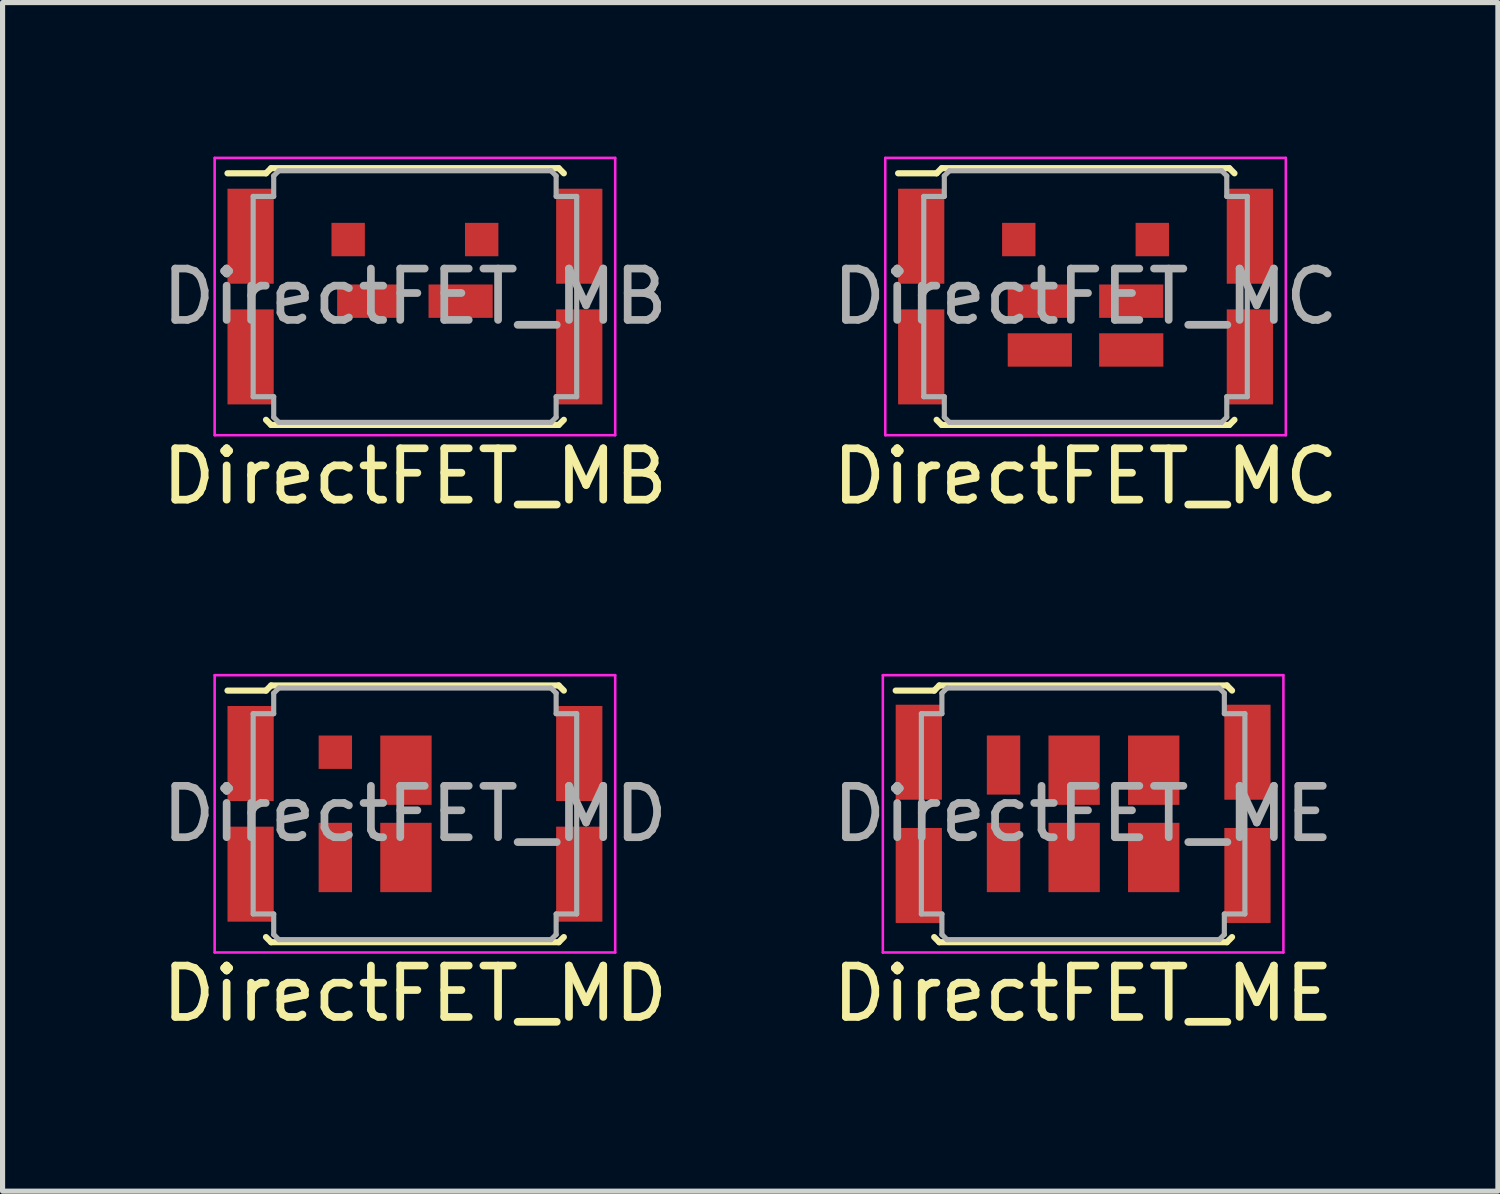
<source format=kicad_pcb>
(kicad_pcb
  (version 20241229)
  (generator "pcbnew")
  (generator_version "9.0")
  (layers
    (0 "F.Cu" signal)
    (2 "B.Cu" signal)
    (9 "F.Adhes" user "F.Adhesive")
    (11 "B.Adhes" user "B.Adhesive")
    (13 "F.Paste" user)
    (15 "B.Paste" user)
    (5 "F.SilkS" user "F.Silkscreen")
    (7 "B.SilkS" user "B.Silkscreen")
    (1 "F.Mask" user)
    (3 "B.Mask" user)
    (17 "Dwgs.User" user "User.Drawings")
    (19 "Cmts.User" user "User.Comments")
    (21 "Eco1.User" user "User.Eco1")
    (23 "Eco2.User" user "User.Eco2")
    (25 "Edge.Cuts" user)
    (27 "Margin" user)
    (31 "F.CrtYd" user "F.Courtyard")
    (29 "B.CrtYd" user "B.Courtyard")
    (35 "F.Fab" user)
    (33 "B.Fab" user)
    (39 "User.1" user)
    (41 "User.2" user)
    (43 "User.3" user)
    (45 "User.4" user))
  (footprint "DirectFET_MC"
    (layer "F.Cu")
    (at 18.089 2.725)
    (property "Reference" "DirectFET_MC" (at 0 3.5 0) (layer "F.SilkS") (effects (font (size 1 1) (thickness 0.15))))
    (attr smd)
    (fp_line (start -3.65 -2.4) (end -2.9 -2.4) (stroke (width 0.12) (type solid)) (layer "F.SilkS"))
    (fp_line (start -2.9 -2.4) (end -2.8 -2.5) (stroke (width 0.12) (type solid)) (layer "F.SilkS"))
    (fp_line (start -2.8 -2.5) (end 2.8 -2.5) (stroke (width 0.12) (type solid)) (layer "F.SilkS"))
    (fp_line (start -2.8 2.5) (end -2.9 2.4) (stroke (width 0.12) (type solid)) (layer "F.SilkS"))
    (fp_line (start 2.8 -2.5) (end 2.9 -2.4) (stroke (width 0.12) (type solid)) (layer "F.SilkS"))
    (fp_line (start 2.8 2.5) (end -2.8 2.5) (stroke (width 0.12) (type solid)) (layer "F.SilkS"))
    (fp_line (start 2.9 2.4) (end 2.8 2.5) (stroke (width 0.12) (type solid)) (layer "F.SilkS"))
    (fp_line (start -3.9 -2.7) (end -3.9 2.7) (stroke (width 0.05) (type solid)) (layer "F.CrtYd"))
    (fp_line (start -3.9 2.7) (end 3.9 2.7) (stroke (width 0.05) (type solid)) (layer "F.CrtYd"))
    (fp_line (start 3.9 -2.7) (end -3.9 -2.7) (stroke (width 0.05) (type solid)) (layer "F.CrtYd"))
    (fp_line (start 3.9 2.7) (end 3.9 -2.7) (stroke (width 0.05) (type solid)) (layer "F.CrtYd"))
    (fp_line (start -3.15 -1.95) (end -2.75 -1.95) (stroke (width 0.1) (type solid)) (layer "F.Fab"))
    (fp_line (start -3.15 1.95) (end -3.15 -1.95) (stroke (width 0.1) (type solid)) (layer "F.Fab"))
    (fp_line (start -3.15 1.95) (end -2.75 1.95) (stroke (width 0.1) (type solid)) (layer "F.Fab"))
    (fp_line (start -2.75 -2.35) (end -2.65 -2.45) (stroke (width 0.1) (type solid)) (layer "F.Fab"))
    (fp_line (start -2.75 -1.95) (end -2.75 -2.35) (stroke (width 0.1) (type solid)) (layer "F.Fab"))
    (fp_line (start -2.75 1.95) (end -2.75 2.35) (stroke (width 0.1) (type solid)) (layer "F.Fab"))
    (fp_line (start -2.75 2.35) (end -2.65 2.45) (stroke (width 0.1) (type solid)) (layer "F.Fab"))
    (fp_line (start -2.65 2.45) (end 2.65 2.45) (stroke (width 0.1) (type solid)) (layer "F.Fab"))
    (fp_line (start 2.65 -2.45) (end -2.65 -2.45) (stroke (width 0.1) (type solid)) (layer "F.Fab"))
    (fp_line (start 2.65 -2.45) (end 2.75 -2.35) (stroke (width 0.1) (type solid)) (layer "F.Fab"))
    (fp_line (start 2.75 -2.35) (end 2.75 -1.95) (stroke (width 0.1) (type solid)) (layer "F.Fab"))
    (fp_line (start 2.75 -1.95) (end 3.15 -1.95) (stroke (width 0.1) (type solid)) (layer "F.Fab"))
    (fp_line (start 2.75 1.95) (end 2.75 2.35) (stroke (width 0.1) (type solid)) (layer "F.Fab"))
    (fp_line (start 2.75 2.35) (end 2.65 2.45) (stroke (width 0.1) (type solid)) (layer "F.Fab"))
    (fp_line (start 3.15 -1.95) (end 3.15 1.95) (stroke (width 0.1) (type solid)) (layer "F.Fab"))
    (fp_line (start 3.15 1.95) (end 2.75 1.95) (stroke (width 0.1) (type solid)) (layer "F.Fab"))
    (fp_text user "${REFERENCE}" (at 0 0 0) (layer "F.Fab") (effects (font (size 1 1) (thickness 0.15))))
    (pad "1" smd rect (at -3.2 -1.175) (size 0.9 1.85) (layers "F.Cu" "F.Mask" "F.Paste"))
    (pad "1" smd rect (at -3.2 1.175) (size 0.9 1.85) (layers "F.Cu" "F.Mask" "F.Paste"))
    (pad "1" smd rect (at 3.2 -1.175) (size 0.9 1.85) (layers "F.Cu" "F.Mask" "F.Paste"))
    (pad "1" smd rect (at 3.2 1.175) (size 0.9 1.85) (layers "F.Cu" "F.Mask" "F.Paste"))
    (pad "2" smd rect (at -1.3 -1.11) (size 0.65 0.65) (layers "F.Cu" "F.Mask" "F.Paste"))
    (pad "2" smd rect (at 1.3 -1.11) (size 0.65 0.65) (layers "F.Cu" "F.Mask" "F.Paste"))
    (pad "3" smd rect (at -0.89 0.09) (size 1.25 0.65) (layers "F.Cu" "F.Mask" "F.Paste"))
    (pad "3" smd rect (at -0.89 1.04) (size 1.25 0.65) (layers "F.Cu" "F.Mask" "F.Paste"))
    (pad "3" smd rect (at 0.89 0.09) (size 1.25 0.65) (layers "F.Cu" "F.Mask" "F.Paste"))
    (pad "3" smd rect (at 0.89 1.04) (size 1.25 0.65) (layers "F.Cu" "F.Mask" "F.Paste")))
  (footprint "DirectFET_ME"
    (layer "F.Cu")
    (at 18.042 12.798)
    (property "Reference" "DirectFET_ME" (at 0 3.5 0) (layer "F.SilkS") (effects (font (size 1 1) (thickness 0.15))))
    (attr smd)
    (fp_line (start -3.65 -2.4) (end -2.9 -2.4) (stroke (width 0.12) (type solid)) (layer "F.SilkS"))
    (fp_line (start -2.9 -2.4) (end -2.8 -2.5) (stroke (width 0.12) (type solid)) (layer "F.SilkS"))
    (fp_line (start -2.8 -2.5) (end 2.8 -2.5) (stroke (width 0.12) (type solid)) (layer "F.SilkS"))
    (fp_line (start -2.8 2.5) (end -2.9 2.4) (stroke (width 0.12) (type solid)) (layer "F.SilkS"))
    (fp_line (start 2.8 -2.5) (end 2.9 -2.4) (stroke (width 0.12) (type solid)) (layer "F.SilkS"))
    (fp_line (start 2.8 2.5) (end -2.8 2.5) (stroke (width 0.12) (type solid)) (layer "F.SilkS"))
    (fp_line (start 2.9 2.4) (end 2.8 2.5) (stroke (width 0.12) (type solid)) (layer "F.SilkS"))
    (fp_line (start -3.9 -2.7) (end -3.9 2.7) (stroke (width 0.05) (type solid)) (layer "F.CrtYd"))
    (fp_line (start -3.9 2.7) (end 3.9 2.7) (stroke (width 0.05) (type solid)) (layer "F.CrtYd"))
    (fp_line (start 3.9 -2.7) (end -3.9 -2.7) (stroke (width 0.05) (type solid)) (layer "F.CrtYd"))
    (fp_line (start 3.9 2.7) (end 3.9 -2.7) (stroke (width 0.05) (type solid)) (layer "F.CrtYd"))
    (fp_line (start -3.15 -1.95) (end -2.75 -1.95) (stroke (width 0.1) (type solid)) (layer "F.Fab"))
    (fp_line (start -3.15 1.95) (end -3.15 -1.95) (stroke (width 0.1) (type solid)) (layer "F.Fab"))
    (fp_line (start -3.15 1.95) (end -2.75 1.95) (stroke (width 0.1) (type solid)) (layer "F.Fab"))
    (fp_line (start -2.75 -2.35) (end -2.65 -2.45) (stroke (width 0.1) (type solid)) (layer "F.Fab"))
    (fp_line (start -2.75 -1.95) (end -2.75 -2.35) (stroke (width 0.1) (type solid)) (layer "F.Fab"))
    (fp_line (start -2.75 1.95) (end -2.75 2.35) (stroke (width 0.1) (type solid)) (layer "F.Fab"))
    (fp_line (start -2.75 2.35) (end -2.65 2.45) (stroke (width 0.1) (type solid)) (layer "F.Fab"))
    (fp_line (start -2.65 2.45) (end 2.65 2.45) (stroke (width 0.1) (type solid)) (layer "F.Fab"))
    (fp_line (start 2.65 -2.45) (end -2.65 -2.45) (stroke (width 0.1) (type solid)) (layer "F.Fab"))
    (fp_line (start 2.65 -2.45) (end 2.75 -2.35) (stroke (width 0.1) (type solid)) (layer "F.Fab"))
    (fp_line (start 2.75 -2.35) (end 2.75 -1.95) (stroke (width 0.1) (type solid)) (layer "F.Fab"))
    (fp_line (start 2.75 -1.95) (end 3.15 -1.95) (stroke (width 0.1) (type solid)) (layer "F.Fab"))
    (fp_line (start 2.75 1.95) (end 2.75 2.35) (stroke (width 0.1) (type solid)) (layer "F.Fab"))
    (fp_line (start 2.75 2.35) (end 2.65 2.45) (stroke (width 0.1) (type solid)) (layer "F.Fab"))
    (fp_line (start 3.15 -1.95) (end 3.15 1.95) (stroke (width 0.1) (type solid)) (layer "F.Fab"))
    (fp_line (start 3.15 1.95) (end 2.75 1.95) (stroke (width 0.1) (type solid)) (layer "F.Fab"))
    (fp_text user "${REFERENCE}" (at 0 0 0) (layer "F.Fab") (effects (font (size 1 1) (thickness 0.15))))
    (pad "1" smd rect (at -3.2 -1.2) (size 0.9 1.85) (layers "F.Cu" "F.Mask" "F.Paste"))
    (pad "1" smd rect (at -3.2 1.2) (size 0.9 1.85) (layers "F.Cu" "F.Mask" "F.Paste"))
    (pad "1" smd rect (at 3.2 -1.2) (size 0.9 1.85) (layers "F.Cu" "F.Mask" "F.Paste"))
    (pad "1" smd rect (at 3.2 1.2) (size 0.9 1.85) (layers "F.Cu" "F.Mask" "F.Paste"))
    (pad "2" smd rect (at -1.55 -0.95) (size 0.65 1.151) (layers "F.Cu" "F.Mask" "F.Paste"))
    (pad "3" smd rect (at -1.55 0.85) (size 0.65 1.35) (layers "F.Cu" "F.Mask" "F.Paste"))
    (pad "3" smd rect (at -0.175 -0.85) (size 1 1.35) (layers "F.Cu" "F.Mask" "F.Paste"))
    (pad "3" smd rect (at -0.175 0.85) (size 1 1.35) (layers "F.Cu" "F.Mask" "F.Paste"))
    (pad "3" smd rect (at 1.375 -0.85) (size 1 1.35) (layers "F.Cu" "F.Mask" "F.Paste"))
    (pad "3" smd rect (at 1.375 0.85) (size 1 1.35) (layers "F.Cu" "F.Mask" "F.Paste")))
  (footprint "DirectFET_MB"
    (layer "F.Cu")
    (at 5.03 2.725)
    (property "Reference" "DirectFET_MB" (at 0 3.5 0) (layer "F.SilkS") (effects (font (size 1 1) (thickness 0.15))))
    (attr smd)
    (fp_line (start -3.65 -2.4) (end -2.9 -2.4) (stroke (width 0.12) (type solid)) (layer "F.SilkS"))
    (fp_line (start -2.9 -2.4) (end -2.8 -2.5) (stroke (width 0.12) (type solid)) (layer "F.SilkS"))
    (fp_line (start -2.8 -2.5) (end 2.8 -2.5) (stroke (width 0.12) (type solid)) (layer "F.SilkS"))
    (fp_line (start -2.8 2.5) (end -2.9 2.4) (stroke (width 0.12) (type solid)) (layer "F.SilkS"))
    (fp_line (start 2.8 -2.5) (end 2.9 -2.4) (stroke (width 0.12) (type solid)) (layer "F.SilkS"))
    (fp_line (start 2.8 2.5) (end -2.8 2.5) (stroke (width 0.12) (type solid)) (layer "F.SilkS"))
    (fp_line (start 2.9 2.4) (end 2.8 2.5) (stroke (width 0.12) (type solid)) (layer "F.SilkS"))
    (fp_line (start -3.9 -2.7) (end -3.9 2.7) (stroke (width 0.05) (type solid)) (layer "F.CrtYd"))
    (fp_line (start -3.9 2.7) (end 3.9 2.7) (stroke (width 0.05) (type solid)) (layer "F.CrtYd"))
    (fp_line (start 3.9 -2.7) (end -3.9 -2.7) (stroke (width 0.05) (type solid)) (layer "F.CrtYd"))
    (fp_line (start 3.9 2.7) (end 3.9 -2.7) (stroke (width 0.05) (type solid)) (layer "F.CrtYd"))
    (fp_line (start -3.15 -1.95) (end -2.75 -1.95) (stroke (width 0.1) (type solid)) (layer "F.Fab"))
    (fp_line (start -3.15 1.95) (end -3.15 -1.95) (stroke (width 0.1) (type solid)) (layer "F.Fab"))
    (fp_line (start -3.15 1.95) (end -2.75 1.95) (stroke (width 0.1) (type solid)) (layer "F.Fab"))
    (fp_line (start -2.75 -2.35) (end -2.65 -2.45) (stroke (width 0.1) (type solid)) (layer "F.Fab"))
    (fp_line (start -2.75 -1.95) (end -2.75 -2.35) (stroke (width 0.1) (type solid)) (layer "F.Fab"))
    (fp_line (start -2.75 1.95) (end -2.75 2.35) (stroke (width 0.1) (type solid)) (layer "F.Fab"))
    (fp_line (start -2.75 2.35) (end -2.65 2.45) (stroke (width 0.1) (type solid)) (layer "F.Fab"))
    (fp_line (start -2.65 2.45) (end 2.65 2.45) (stroke (width 0.1) (type solid)) (layer "F.Fab"))
    (fp_line (start 2.65 -2.45) (end -2.65 -2.45) (stroke (width 0.1) (type solid)) (layer "F.Fab"))
    (fp_line (start 2.65 -2.45) (end 2.75 -2.35) (stroke (width 0.1) (type solid)) (layer "F.Fab"))
    (fp_line (start 2.75 -2.35) (end 2.75 -1.95) (stroke (width 0.1) (type solid)) (layer "F.Fab"))
    (fp_line (start 2.75 -1.95) (end 3.15 -1.95) (stroke (width 0.1) (type solid)) (layer "F.Fab"))
    (fp_line (start 2.75 1.95) (end 2.75 2.35) (stroke (width 0.1) (type solid)) (layer "F.Fab"))
    (fp_line (start 2.75 2.35) (end 2.65 2.45) (stroke (width 0.1) (type solid)) (layer "F.Fab"))
    (fp_line (start 3.15 -1.95) (end 3.15 1.95) (stroke (width 0.1) (type solid)) (layer "F.Fab"))
    (fp_line (start 3.15 1.95) (end 2.75 1.95) (stroke (width 0.1) (type solid)) (layer "F.Fab"))
    (fp_text user "${REFERENCE}" (at 0 0 0) (layer "F.Fab") (effects (font (size 1 1) (thickness 0.15))))
    (pad "1" smd rect (at -3.2 -1.175) (size 0.9 1.85) (layers "F.Cu" "F.Mask" "F.Paste"))
    (pad "1" smd rect (at -3.2 1.175) (size 0.9 1.85) (layers "F.Cu" "F.Mask" "F.Paste"))
    (pad "1" smd rect (at 3.2 -1.175) (size 0.9 1.85) (layers "F.Cu" "F.Mask" "F.Paste"))
    (pad "1" smd rect (at 3.2 1.175) (size 0.9 1.85) (layers "F.Cu" "F.Mask" "F.Paste"))
    (pad "2" smd rect (at -1.3 -1.11) (size 0.65 0.65) (layers "F.Cu" "F.Mask" "F.Paste"))
    (pad "2" smd rect (at 1.3 -1.11) (size 0.65 0.65) (layers "F.Cu" "F.Mask" "F.Paste"))
    (pad "3" smd rect (at -0.89 0.09) (size 1.25 0.65) (layers "F.Cu" "F.Mask" "F.Paste"))
    (pad "3" smd rect (at 0.89 0.09) (size 1.25 0.65) (layers "F.Cu" "F.Mask" "F.Paste")))
  (footprint "DirectFET_MD"
    (layer "F.Cu")
    (at 5.03 12.798)
    (property "Reference" "DirectFET_MD" (at 0 3.5 0) (layer "F.SilkS") (effects (font (size 1 1) (thickness 0.15))))
    (attr smd)
    (fp_line (start -3.65 -2.4) (end -2.9 -2.4) (stroke (width 0.12) (type solid)) (layer "F.SilkS"))
    (fp_line (start -2.9 -2.4) (end -2.8 -2.5) (stroke (width 0.12) (type solid)) (layer "F.SilkS"))
    (fp_line (start -2.8 -2.5) (end 2.8 -2.5) (stroke (width 0.12) (type solid)) (layer "F.SilkS"))
    (fp_line (start -2.8 2.5) (end -2.9 2.4) (stroke (width 0.12) (type solid)) (layer "F.SilkS"))
    (fp_line (start 2.8 -2.5) (end 2.9 -2.4) (stroke (width 0.12) (type solid)) (layer "F.SilkS"))
    (fp_line (start 2.8 2.5) (end -2.8 2.5) (stroke (width 0.12) (type solid)) (layer "F.SilkS"))
    (fp_line (start 2.9 2.4) (end 2.8 2.5) (stroke (width 0.12) (type solid)) (layer "F.SilkS"))
    (fp_line (start -3.9 -2.7) (end -3.9 2.7) (stroke (width 0.05) (type solid)) (layer "F.CrtYd"))
    (fp_line (start -3.9 2.7) (end 3.9 2.7) (stroke (width 0.05) (type solid)) (layer "F.CrtYd"))
    (fp_line (start 3.9 -2.7) (end -3.9 -2.7) (stroke (width 0.05) (type solid)) (layer "F.CrtYd"))
    (fp_line (start 3.9 2.7) (end 3.9 -2.7) (stroke (width 0.05) (type solid)) (layer "F.CrtYd"))
    (fp_line (start -3.15 -1.95) (end -2.75 -1.95) (stroke (width 0.1) (type solid)) (layer "F.Fab"))
    (fp_line (start -3.15 1.95) (end -3.15 -1.95) (stroke (width 0.1) (type solid)) (layer "F.Fab"))
    (fp_line (start -3.15 1.95) (end -2.75 1.95) (stroke (width 0.1) (type solid)) (layer "F.Fab"))
    (fp_line (start -2.75 -2.35) (end -2.65 -2.45) (stroke (width 0.1) (type solid)) (layer "F.Fab"))
    (fp_line (start -2.75 -1.95) (end -2.75 -2.35) (stroke (width 0.1) (type solid)) (layer "F.Fab"))
    (fp_line (start -2.75 1.95) (end -2.75 2.35) (stroke (width 0.1) (type solid)) (layer "F.Fab"))
    (fp_line (start -2.75 2.35) (end -2.65 2.45) (stroke (width 0.1) (type solid)) (layer "F.Fab"))
    (fp_line (start -2.65 2.45) (end 2.65 2.45) (stroke (width 0.1) (type solid)) (layer "F.Fab"))
    (fp_line (start 2.65 -2.45) (end -2.65 -2.45) (stroke (width 0.1) (type solid)) (layer "F.Fab"))
    (fp_line (start 2.65 -2.45) (end 2.75 -2.35) (stroke (width 0.1) (type solid)) (layer "F.Fab"))
    (fp_line (start 2.75 -2.35) (end 2.75 -1.95) (stroke (width 0.1) (type solid)) (layer "F.Fab"))
    (fp_line (start 2.75 -1.95) (end 3.15 -1.95) (stroke (width 0.1) (type solid)) (layer "F.Fab"))
    (fp_line (start 2.75 1.95) (end 2.75 2.35) (stroke (width 0.1) (type solid)) (layer "F.Fab"))
    (fp_line (start 2.75 2.35) (end 2.65 2.45) (stroke (width 0.1) (type solid)) (layer "F.Fab"))
    (fp_line (start 3.15 -1.95) (end 3.15 1.95) (stroke (width 0.1) (type solid)) (layer "F.Fab"))
    (fp_line (start 3.15 1.95) (end 2.75 1.95) (stroke (width 0.1) (type solid)) (layer "F.Fab"))
    (fp_text user "${REFERENCE}" (at 0 0 0) (layer "F.Fab") (effects (font (size 1 1) (thickness 0.15))))
    (pad "1" smd rect (at -3.2 -1.175) (size 0.9 1.85) (layers "F.Cu" "F.Mask" "F.Paste"))
    (pad "1" smd rect (at -3.2 1.175) (size 0.9 1.85) (layers "F.Cu" "F.Mask" "F.Paste"))
    (pad "1" smd rect (at 3.2 -1.175) (size 0.9 1.85) (layers "F.Cu" "F.Mask" "F.Paste"))
    (pad "1" smd rect (at 3.2 1.175) (size 0.9 1.85) (layers "F.Cu" "F.Mask" "F.Paste"))
    (pad "2" smd rect (at -1.55 -1.2) (size 0.65 0.65) (layers "F.Cu" "F.Mask" "F.Paste"))
    (pad "3" smd rect (at -1.55 0.85) (size 0.65 1.35) (layers "F.Cu" "F.Mask" "F.Paste"))
    (pad "3" smd rect (at -0.175 -0.85) (size 1 1.35) (layers "F.Cu" "F.Mask" "F.Paste"))
    (pad "3" smd rect (at -0.175 0.85) (size 1 1.35) (layers "F.Cu" "F.Mask" "F.Paste")))
  (gr_rect
    (start -3 -3)
    (end 26.119 20.146)
    (stroke (width 0.1) (type default))
    (fill no)
    (layer "Edge.Cuts")))
</source>
